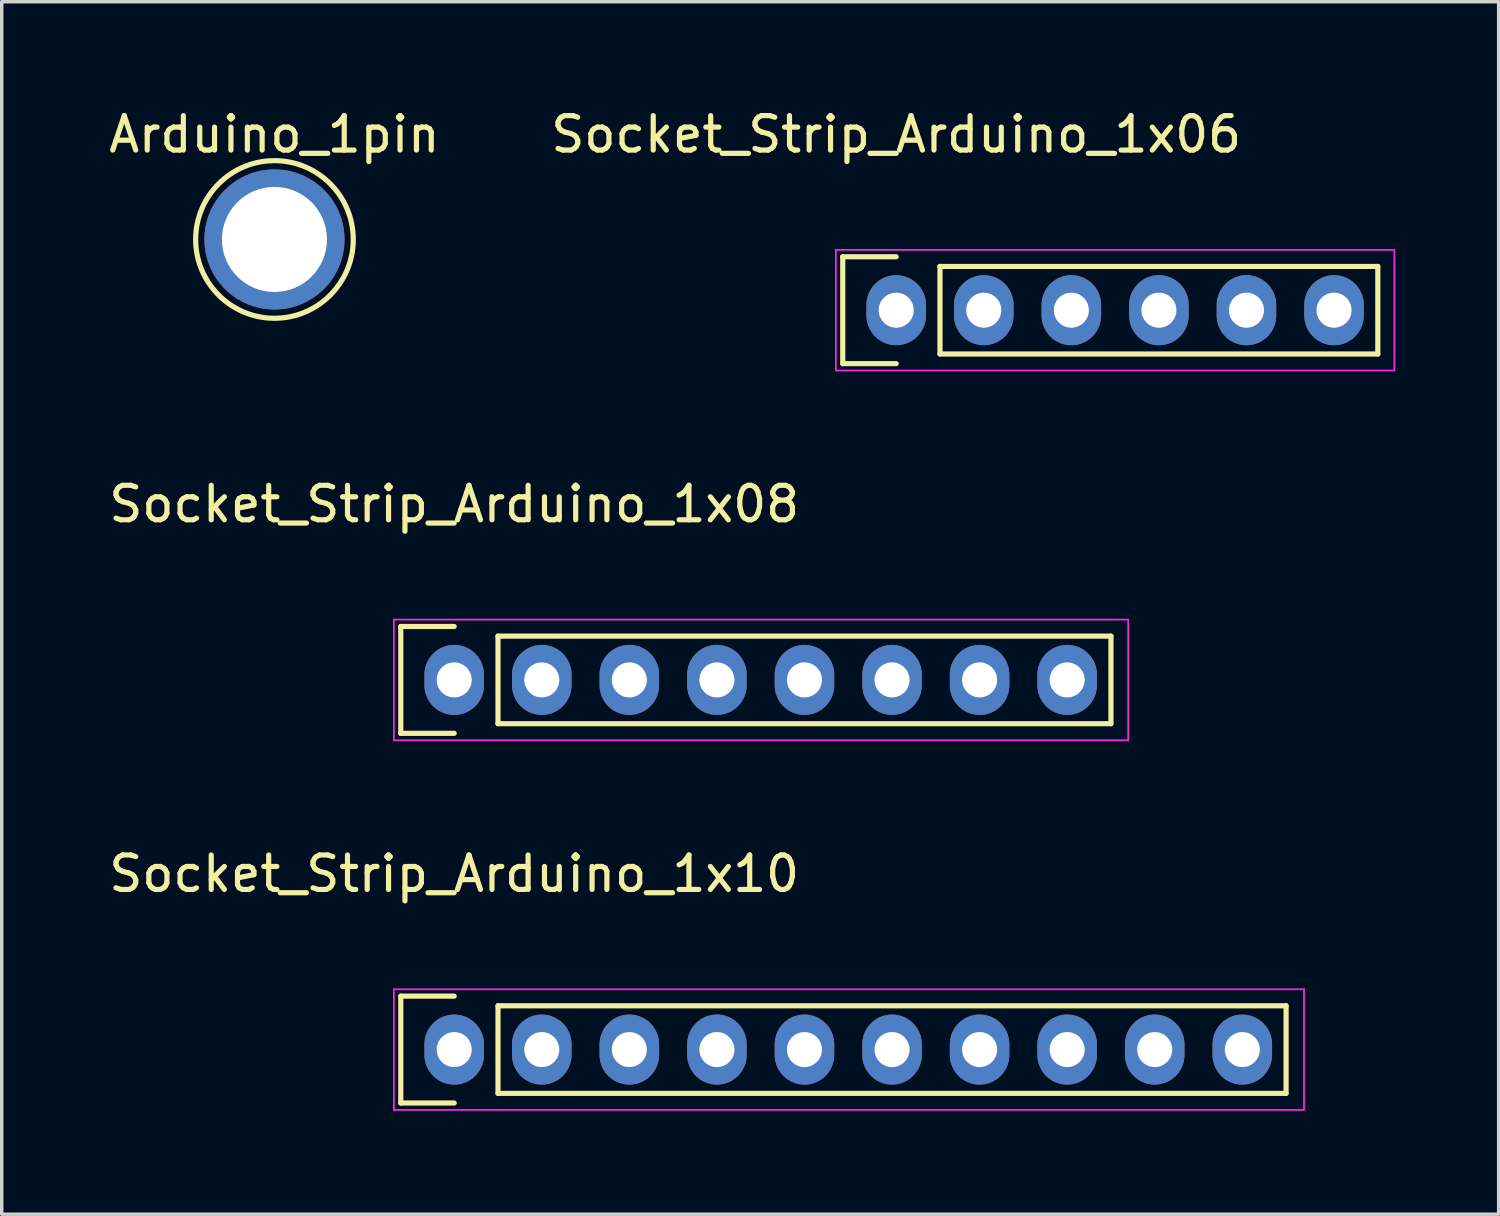
<source format=kicad_pcb>
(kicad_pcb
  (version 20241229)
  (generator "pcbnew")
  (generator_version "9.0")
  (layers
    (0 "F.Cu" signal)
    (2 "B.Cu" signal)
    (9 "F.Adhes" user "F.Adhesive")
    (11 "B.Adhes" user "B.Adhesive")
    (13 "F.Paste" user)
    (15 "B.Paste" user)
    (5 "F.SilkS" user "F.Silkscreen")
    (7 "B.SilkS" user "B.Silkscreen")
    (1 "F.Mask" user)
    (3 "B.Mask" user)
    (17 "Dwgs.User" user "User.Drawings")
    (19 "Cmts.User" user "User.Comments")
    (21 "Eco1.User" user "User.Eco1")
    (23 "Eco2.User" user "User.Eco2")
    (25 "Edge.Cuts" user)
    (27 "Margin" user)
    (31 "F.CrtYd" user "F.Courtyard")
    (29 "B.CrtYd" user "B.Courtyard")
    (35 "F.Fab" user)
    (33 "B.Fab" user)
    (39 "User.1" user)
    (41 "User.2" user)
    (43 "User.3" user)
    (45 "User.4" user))
  (footprint "Arduino_1pin"
    (layer "F.Cu")
    (at 4.911 3.896)
    (property "Reference" "Arduino_1pin" (at 0 -3.048 0) (layer "F.SilkS") (effects (font (size 1 1) (thickness 0.15))))
    (attr through_hole)
    (fp_circle (center 0 0) (end 0 -2.286) (stroke (width 0.15) (type solid)) (fill no) (layer "F.SilkS"))
    (pad "1" thru_hole circle (at 0 0) (size 4.064 4.064) (drill 3.048) (layers "*.Cu" "*.Mask")))
  (footprint "Socket_Strip_Arduino_1x08"
    (layer "F.Cu")
    (at 10.125 16.672)
    (property "Reference" "Socket_Strip_Arduino_1x08" (at 0 -5.1 0) (layer "F.SilkS") (effects (font (size 1 1) (thickness 0.15))))
    (attr through_hole)
    (fp_line (start -1.55 -1.55) (end -1.55 1.55) (stroke (width 0.15) (type solid)) (layer "F.SilkS"))
    (fp_line (start -1.55 1.55) (end 0 1.55) (stroke (width 0.15) (type solid)) (layer "F.SilkS"))
    (fp_line (start 0 -1.55) (end -1.55 -1.55) (stroke (width 0.15) (type solid)) (layer "F.SilkS"))
    (fp_line (start 1.27 1.27) (end 1.27 -1.27) (stroke (width 0.15) (type solid)) (layer "F.SilkS"))
    (fp_line (start 1.27 1.27) (end 19.05 1.27) (stroke (width 0.15) (type solid)) (layer "F.SilkS"))
    (fp_line (start 19.05 -1.27) (end 1.27 -1.27) (stroke (width 0.15) (type solid)) (layer "F.SilkS"))
    (fp_line (start 19.05 1.27) (end 19.05 -1.27) (stroke (width 0.15) (type solid)) (layer "F.SilkS"))
    (fp_line (start -1.75 -1.75) (end -1.75 1.75) (stroke (width 0.05) (type solid)) (layer "F.CrtYd"))
    (fp_line (start -1.75 -1.75) (end 19.55 -1.75) (stroke (width 0.05) (type solid)) (layer "F.CrtYd"))
    (fp_line (start -1.75 1.75) (end 19.55 1.75) (stroke (width 0.05) (type solid)) (layer "F.CrtYd"))
    (fp_line (start 19.55 -1.75) (end 19.55 1.75) (stroke (width 0.05) (type solid)) (layer "F.CrtYd"))
    (pad "1" thru_hole oval (at 0 0) (size 1.727 2.032) (drill 1.016) (layers "*.Cu" "*.Mask"))
    (pad "2" thru_hole oval (at 2.54 0) (size 1.727 2.032) (drill 1.016) (layers "*.Cu" "*.Mask"))
    (pad "3" thru_hole oval (at 5.08 0) (size 1.727 2.032) (drill 1.016) (layers "*.Cu" "*.Mask"))
    (pad "4" thru_hole oval (at 7.62 0) (size 1.727 2.032) (drill 1.016) (layers "*.Cu" "*.Mask"))
    (pad "5" thru_hole oval (at 10.16 0) (size 1.727 2.032) (drill 1.016) (layers "*.Cu" "*.Mask"))
    (pad "6" thru_hole oval (at 12.7 0) (size 1.727 2.032) (drill 1.016) (layers "*.Cu" "*.Mask"))
    (pad "7" thru_hole oval (at 15.24 0) (size 1.727 2.032) (drill 1.016) (layers "*.Cu" "*.Mask"))
    (pad "8" thru_hole oval (at 17.78 0) (size 1.727 2.032) (drill 1.016) (layers "*.Cu" "*.Mask")))
  (footprint "Socket_Strip_Arduino_1x06"
    (layer "F.Cu")
    (at 22.946 5.948)
    (property "Reference" "Socket_Strip_Arduino_1x06" (at 0 -5.1 0) (layer "F.SilkS") (effects (font (size 1 1) (thickness 0.15))))
    (attr through_hole)
    (fp_line (start -1.55 -1.55) (end -1.55 1.55) (stroke (width 0.15) (type solid)) (layer "F.SilkS"))
    (fp_line (start -1.55 1.55) (end 0 1.55) (stroke (width 0.15) (type solid)) (layer "F.SilkS"))
    (fp_line (start 0 -1.55) (end -1.55 -1.55) (stroke (width 0.15) (type solid)) (layer "F.SilkS"))
    (fp_line (start 1.27 1.27) (end 1.27 -1.27) (stroke (width 0.15) (type solid)) (layer "F.SilkS"))
    (fp_line (start 1.27 1.27) (end 13.97 1.27) (stroke (width 0.15) (type solid)) (layer "F.SilkS"))
    (fp_line (start 13.97 -1.27) (end 1.27 -1.27) (stroke (width 0.15) (type solid)) (layer "F.SilkS"))
    (fp_line (start 13.97 1.27) (end 13.97 -1.27) (stroke (width 0.15) (type solid)) (layer "F.SilkS"))
    (fp_line (start -1.75 -1.75) (end -1.75 1.75) (stroke (width 0.05) (type solid)) (layer "F.CrtYd"))
    (fp_line (start -1.75 -1.75) (end 14.45 -1.75) (stroke (width 0.05) (type solid)) (layer "F.CrtYd"))
    (fp_line (start -1.75 1.75) (end 14.45 1.75) (stroke (width 0.05) (type solid)) (layer "F.CrtYd"))
    (fp_line (start 14.45 -1.75) (end 14.45 1.75) (stroke (width 0.05) (type solid)) (layer "F.CrtYd"))
    (pad "1" thru_hole oval (at 0 0) (size 1.727 2.032) (drill 1.016) (layers "*.Cu" "*.Mask"))
    (pad "2" thru_hole oval (at 2.54 0) (size 1.727 2.032) (drill 1.016) (layers "*.Cu" "*.Mask"))
    (pad "3" thru_hole oval (at 5.08 0) (size 1.727 2.032) (drill 1.016) (layers "*.Cu" "*.Mask"))
    (pad "4" thru_hole oval (at 7.62 0) (size 1.727 2.032) (drill 1.016) (layers "*.Cu" "*.Mask"))
    (pad "5" thru_hole oval (at 10.16 0) (size 1.727 2.032) (drill 1.016) (layers "*.Cu" "*.Mask"))
    (pad "6" thru_hole oval (at 12.7 0) (size 1.727 2.032) (drill 1.016) (layers "*.Cu" "*.Mask")))
  (footprint "Socket_Strip_Arduino_1x10"
    (layer "F.Cu")
    (at 10.125 27.395)
    (property "Reference" "Socket_Strip_Arduino_1x10" (at 0 -5.1 0) (layer "F.SilkS") (effects (font (size 1 1) (thickness 0.15))))
    (attr through_hole)
    (fp_line (start -1.55 -1.55) (end -1.55 1.55) (stroke (width 0.15) (type solid)) (layer "F.SilkS"))
    (fp_line (start -1.55 1.55) (end 0 1.55) (stroke (width 0.15) (type solid)) (layer "F.SilkS"))
    (fp_line (start 0 -1.55) (end -1.55 -1.55) (stroke (width 0.15) (type solid)) (layer "F.SilkS"))
    (fp_line (start 1.27 1.27) (end 1.27 -1.27) (stroke (width 0.15) (type solid)) (layer "F.SilkS"))
    (fp_line (start 1.27 1.27) (end 24.13 1.27) (stroke (width 0.15) (type solid)) (layer "F.SilkS"))
    (fp_line (start 24.13 -1.27) (end 1.27 -1.27) (stroke (width 0.15) (type solid)) (layer "F.SilkS"))
    (fp_line (start 24.13 1.27) (end 24.13 -1.27) (stroke (width 0.15) (type solid)) (layer "F.SilkS"))
    (fp_line (start -1.75 -1.75) (end -1.75 1.75) (stroke (width 0.05) (type solid)) (layer "F.CrtYd"))
    (fp_line (start -1.75 -1.75) (end 24.65 -1.75) (stroke (width 0.05) (type solid)) (layer "F.CrtYd"))
    (fp_line (start -1.75 1.75) (end 24.65 1.75) (stroke (width 0.05) (type solid)) (layer "F.CrtYd"))
    (fp_line (start 24.65 -1.75) (end 24.65 1.75) (stroke (width 0.05) (type solid)) (layer "F.CrtYd"))
    (pad "1" thru_hole oval (at 0 0) (size 1.727 2.032) (drill 1.016) (layers "*.Cu" "*.Mask"))
    (pad "2" thru_hole oval (at 2.54 0) (size 1.727 2.032) (drill 1.016) (layers "*.Cu" "*.Mask"))
    (pad "3" thru_hole oval (at 5.08 0) (size 1.727 2.032) (drill 1.016) (layers "*.Cu" "*.Mask"))
    (pad "4" thru_hole oval (at 7.62 0) (size 1.727 2.032) (drill 1.016) (layers "*.Cu" "*.Mask"))
    (pad "5" thru_hole oval (at 10.16 0) (size 1.727 2.032) (drill 1.016) (layers "*.Cu" "*.Mask"))
    (pad "6" thru_hole oval (at 12.7 0) (size 1.727 2.032) (drill 1.016) (layers "*.Cu" "*.Mask"))
    (pad "7" thru_hole oval (at 15.24 0) (size 1.727 2.032) (drill 1.016) (layers "*.Cu" "*.Mask"))
    (pad "8" thru_hole oval (at 17.78 0) (size 1.727 2.032) (drill 1.016) (layers "*.Cu" "*.Mask"))
    (pad "9" thru_hole oval (at 20.32 0) (size 1.727 2.032) (drill 1.016) (layers "*.Cu" "*.Mask"))
    (pad "10" thru_hole oval (at 22.86 0) (size 1.727 2.032) (drill 1.016) (layers "*.Cu" "*.Mask")))
  (gr_rect
    (start -3 -3)
    (end 40.421 32.17)
    (stroke (width 0.1) (type default))
    (fill no)
    (layer "Edge.Cuts")))
</source>
